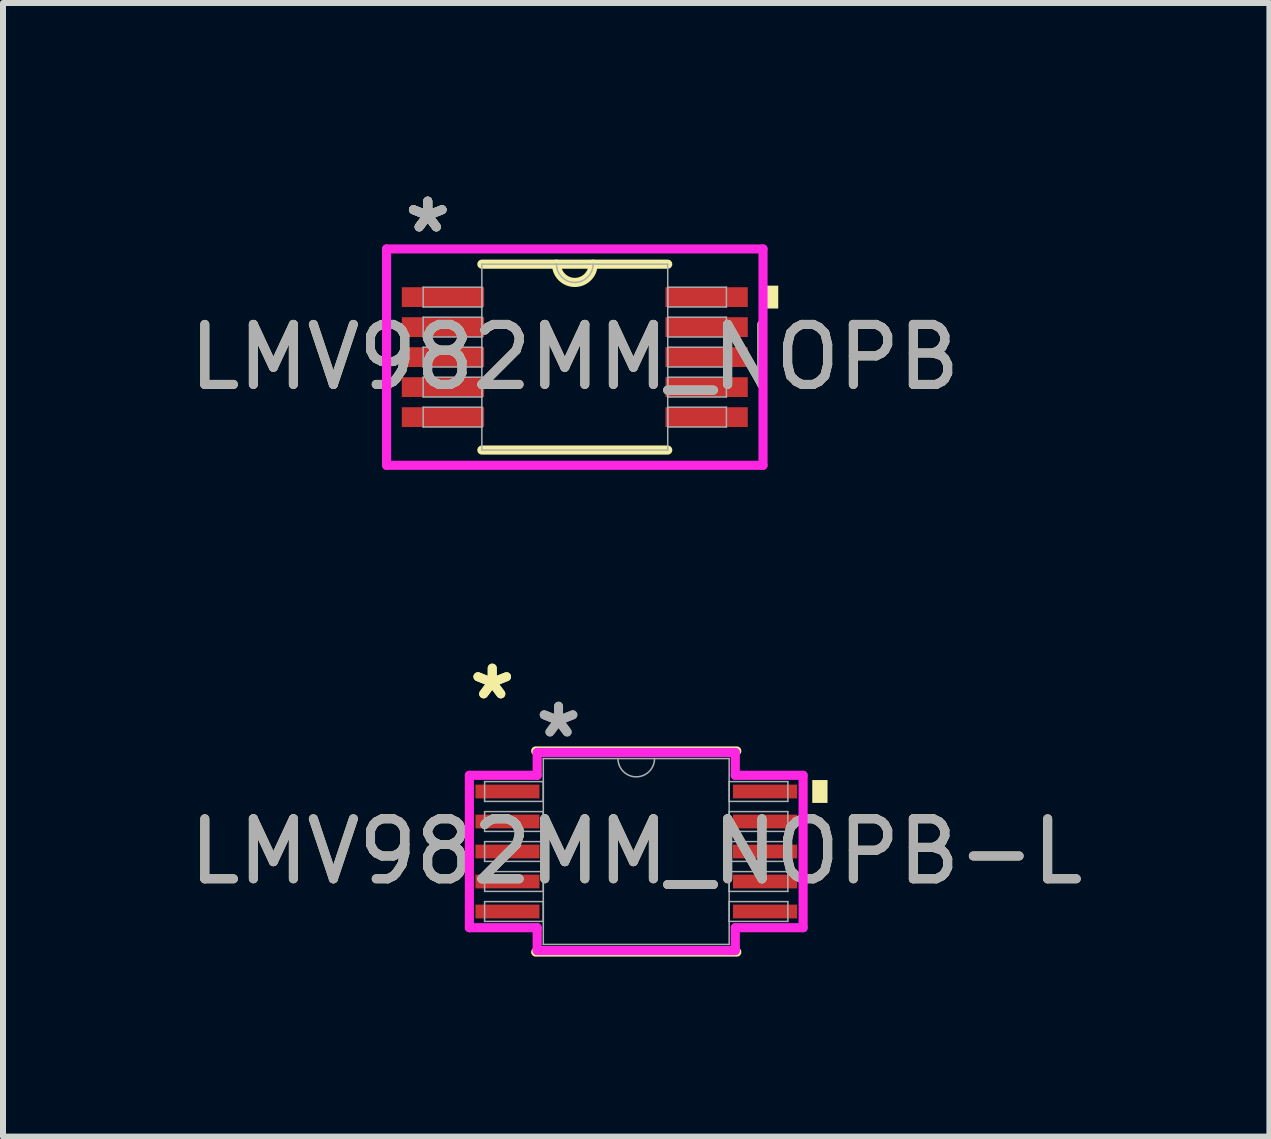
<source format=kicad_pcb>
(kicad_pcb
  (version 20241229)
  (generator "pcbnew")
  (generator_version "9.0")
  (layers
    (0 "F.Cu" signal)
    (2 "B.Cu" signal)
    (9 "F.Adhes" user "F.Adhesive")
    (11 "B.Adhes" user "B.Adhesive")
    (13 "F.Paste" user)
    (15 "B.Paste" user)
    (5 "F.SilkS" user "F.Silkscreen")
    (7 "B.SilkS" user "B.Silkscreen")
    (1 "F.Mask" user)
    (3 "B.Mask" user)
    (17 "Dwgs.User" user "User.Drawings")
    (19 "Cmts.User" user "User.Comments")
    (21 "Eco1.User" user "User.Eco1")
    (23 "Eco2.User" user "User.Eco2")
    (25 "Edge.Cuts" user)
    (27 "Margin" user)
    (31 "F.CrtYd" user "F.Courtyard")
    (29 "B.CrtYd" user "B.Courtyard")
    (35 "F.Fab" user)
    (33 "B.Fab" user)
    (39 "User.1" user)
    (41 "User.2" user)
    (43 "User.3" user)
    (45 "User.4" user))
  (footprint "LMV982MM_NOPB-L"
    (layer "F.Cu")
    (at 7.554 11.142)
    (property "Reference" "LMV982MM_NOPB-L" (at 0 0 0) (unlocked yes) (layer "F.SilkS") (effects (font (size 1 1) (thickness 0.15))))
    (attr smd)
    (fp_line (start -1.676 1.676) (end 1.676 1.676) (stroke (width 0.152) (type solid)) (layer "F.SilkS"))
    (fp_line (start 1.676 -1.676) (end -1.676 -1.676) (stroke (width 0.152) (type solid)) (layer "F.SilkS"))
    (fp_poly (pts (xy 3.188 -1.191) (xy 3.188 -0.81) (xy 2.934 -0.81) (xy 2.934 -1.191)) (stroke (width 0) (type solid)) (fill yes) (layer "F.SilkS"))
    (fp_line (start -2.781 -1.27) (end -1.651 -1.27) (stroke (width 0.152) (type solid)) (layer "F.CrtYd"))
    (fp_line (start -2.781 1.27) (end -2.781 -1.27) (stroke (width 0.152) (type solid)) (layer "F.CrtYd"))
    (fp_line (start -2.781 1.27) (end -1.651 1.27) (stroke (width 0.152) (type solid)) (layer "F.CrtYd"))
    (fp_line (start -1.651 -1.651) (end 1.651 -1.651) (stroke (width 0.152) (type solid)) (layer "F.CrtYd"))
    (fp_line (start -1.651 -1.27) (end -1.651 -1.651) (stroke (width 0.152) (type solid)) (layer "F.CrtYd"))
    (fp_line (start -1.651 1.651) (end -1.651 1.27) (stroke (width 0.152) (type solid)) (layer "F.CrtYd"))
    (fp_line (start 1.651 -1.651) (end 1.651 -1.27) (stroke (width 0.152) (type solid)) (layer "F.CrtYd"))
    (fp_line (start 1.651 1.27) (end 1.651 1.651) (stroke (width 0.152) (type solid)) (layer "F.CrtYd"))
    (fp_line (start 1.651 1.651) (end -1.651 1.651) (stroke (width 0.152) (type solid)) (layer "F.CrtYd"))
    (fp_line (start 2.781 -1.27) (end 1.651 -1.27) (stroke (width 0.152) (type solid)) (layer "F.CrtYd"))
    (fp_line (start 2.781 -1.27) (end 2.781 1.27) (stroke (width 0.152) (type solid)) (layer "F.CrtYd"))
    (fp_line (start 2.781 1.27) (end 1.651 1.27) (stroke (width 0.152) (type solid)) (layer "F.CrtYd"))
    (fp_line (start -2.527 -1.165) (end -2.527 -0.835) (stroke (width 0.025) (type solid)) (layer "F.Fab"))
    (fp_line (start -2.527 -0.835) (end -1.549 -0.835) (stroke (width 0.025) (type solid)) (layer "F.Fab"))
    (fp_line (start -2.527 -0.665) (end -2.527 -0.335) (stroke (width 0.025) (type solid)) (layer "F.Fab"))
    (fp_line (start -2.527 -0.335) (end -1.549 -0.335) (stroke (width 0.025) (type solid)) (layer "F.Fab"))
    (fp_line (start -2.527 -0.165) (end -2.527 0.165) (stroke (width 0.025) (type solid)) (layer "F.Fab"))
    (fp_line (start -2.527 0.165) (end -1.549 0.165) (stroke (width 0.025) (type solid)) (layer "F.Fab"))
    (fp_line (start -2.527 0.335) (end -2.527 0.665) (stroke (width 0.025) (type solid)) (layer "F.Fab"))
    (fp_line (start -2.527 0.665) (end -1.549 0.665) (stroke (width 0.025) (type solid)) (layer "F.Fab"))
    (fp_line (start -2.527 0.835) (end -2.527 1.165) (stroke (width 0.025) (type solid)) (layer "F.Fab"))
    (fp_line (start -2.527 1.165) (end -1.549 1.165) (stroke (width 0.025) (type solid)) (layer "F.Fab"))
    (fp_line (start -1.549 -1.549) (end -1.549 1.549) (stroke (width 0.025) (type solid)) (layer "F.Fab"))
    (fp_line (start -1.549 -1.165) (end -2.527 -1.165) (stroke (width 0.025) (type solid)) (layer "F.Fab"))
    (fp_line (start -1.549 -0.835) (end -1.549 -1.165) (stroke (width 0.025) (type solid)) (layer "F.Fab"))
    (fp_line (start -1.549 -0.665) (end -2.527 -0.665) (stroke (width 0.025) (type solid)) (layer "F.Fab"))
    (fp_line (start -1.549 -0.335) (end -1.549 -0.665) (stroke (width 0.025) (type solid)) (layer "F.Fab"))
    (fp_line (start -1.549 -0.165) (end -2.527 -0.165) (stroke (width 0.025) (type solid)) (layer "F.Fab"))
    (fp_line (start -1.549 0.165) (end -1.549 -0.165) (stroke (width 0.025) (type solid)) (layer "F.Fab"))
    (fp_line (start -1.549 0.335) (end -2.527 0.335) (stroke (width 0.025) (type solid)) (layer "F.Fab"))
    (fp_line (start -1.549 0.665) (end -1.549 0.335) (stroke (width 0.025) (type solid)) (layer "F.Fab"))
    (fp_line (start -1.549 0.835) (end -2.527 0.835) (stroke (width 0.025) (type solid)) (layer "F.Fab"))
    (fp_line (start -1.549 1.165) (end -1.549 0.835) (stroke (width 0.025) (type solid)) (layer "F.Fab"))
    (fp_line (start -1.549 1.549) (end 1.549 1.549) (stroke (width 0.025) (type solid)) (layer "F.Fab"))
    (fp_line (start 1.549 -1.549) (end -1.549 -1.549) (stroke (width 0.025) (type solid)) (layer "F.Fab"))
    (fp_line (start 1.549 -1.165) (end 1.549 -0.835) (stroke (width 0.025) (type solid)) (layer "F.Fab"))
    (fp_line (start 1.549 -0.835) (end 2.527 -0.835) (stroke (width 0.025) (type solid)) (layer "F.Fab"))
    (fp_line (start 1.549 -0.665) (end 1.549 -0.335) (stroke (width 0.025) (type solid)) (layer "F.Fab"))
    (fp_line (start 1.549 -0.335) (end 2.527 -0.335) (stroke (width 0.025) (type solid)) (layer "F.Fab"))
    (fp_line (start 1.549 -0.165) (end 1.549 0.165) (stroke (width 0.025) (type solid)) (layer "F.Fab"))
    (fp_line (start 1.549 0.165) (end 2.527 0.165) (stroke (width 0.025) (type solid)) (layer "F.Fab"))
    (fp_line (start 1.549 0.335) (end 1.549 0.665) (stroke (width 0.025) (type solid)) (layer "F.Fab"))
    (fp_line (start 1.549 0.665) (end 2.527 0.665) (stroke (width 0.025) (type solid)) (layer "F.Fab"))
    (fp_line (start 1.549 0.835) (end 1.549 1.165) (stroke (width 0.025) (type solid)) (layer "F.Fab"))
    (fp_line (start 1.549 1.165) (end 2.527 1.165) (stroke (width 0.025) (type solid)) (layer "F.Fab"))
    (fp_line (start 1.549 1.549) (end 1.549 -1.549) (stroke (width 0.025) (type solid)) (layer "F.Fab"))
    (fp_line (start 2.527 -1.165) (end 1.549 -1.165) (stroke (width 0.025) (type solid)) (layer "F.Fab"))
    (fp_line (start 2.527 -0.835) (end 2.527 -1.165) (stroke (width 0.025) (type solid)) (layer "F.Fab"))
    (fp_line (start 2.527 -0.665) (end 1.549 -0.665) (stroke (width 0.025) (type solid)) (layer "F.Fab"))
    (fp_line (start 2.527 -0.335) (end 2.527 -0.665) (stroke (width 0.025) (type solid)) (layer "F.Fab"))
    (fp_line (start 2.527 -0.165) (end 1.549 -0.165) (stroke (width 0.025) (type solid)) (layer "F.Fab"))
    (fp_line (start 2.527 0.165) (end 2.527 -0.165) (stroke (width 0.025) (type solid)) (layer "F.Fab"))
    (fp_line (start 2.527 0.335) (end 1.549 0.335) (stroke (width 0.025) (type solid)) (layer "F.Fab"))
    (fp_line (start 2.527 0.665) (end 2.527 0.335) (stroke (width 0.025) (type solid)) (layer "F.Fab"))
    (fp_line (start 2.527 0.835) (end 1.549 0.835) (stroke (width 0.025) (type solid)) (layer "F.Fab"))
    (fp_line (start 2.527 1.165) (end 2.527 0.835) (stroke (width 0.025) (type solid)) (layer "F.Fab"))
    (fp_arc (start 0.3048 -1.5494) (mid 0 -1.2446) (end -0.3048 -1.5494) (stroke (width 0.0254) (type solid)) (layer "F.Fab"))
    (fp_text user "*" (at -2.4 -2.511 0) (layer "F.SilkS") (effects (font (size 1 1) (thickness 0.15))))
    (fp_text user "*" (at -2.4 -2.511 0) (unlocked yes) (layer "F.SilkS") (effects (font (size 1 1) (thickness 0.15))))
    (fp_text user "*" (at -1.295 -1.876 0) (layer "F.Fab") (effects (font (size 1 1) (thickness 0.15))))
    (fp_text user "*" (at -1.295 -1.876 0) (unlocked yes) (layer "F.Fab") (effects (font (size 1 1) (thickness 0.15))))
    (fp_text user "${REFERENCE}" (at 0 0 0) (unlocked yes) (layer "F.Fab") (effects (font (size 1 1) (thickness 0.15))))
    (pad "1" smd rect (at -2.146 -1) (size 1.067 0.229) (layers "F.Cu" "F.Mask" "F.Paste"))
    (pad "2" smd rect (at -2.146 -0.5) (size 1.067 0.229) (layers "F.Cu" "F.Mask" "F.Paste"))
    (pad "3" smd rect (at -2.146 0) (size 1.067 0.229) (layers "F.Cu" "F.Mask" "F.Paste"))
    (pad "4" smd rect (at -2.146 0.5) (size 1.067 0.229) (layers "F.Cu" "F.Mask" "F.Paste"))
    (pad "5" smd rect (at -2.146 1) (size 1.067 0.229) (layers "F.Cu" "F.Mask" "F.Paste"))
    (pad "6" smd rect (at 2.146 1) (size 1.067 0.229) (layers "F.Cu" "F.Mask" "F.Paste"))
    (pad "7" smd rect (at 2.146 0.5) (size 1.067 0.229) (layers "F.Cu" "F.Mask" "F.Paste"))
    (pad "8" smd rect (at 2.146 0) (size 1.067 0.229) (layers "F.Cu" "F.Mask" "F.Paste"))
    (pad "9" smd rect (at 2.146 -0.5) (size 1.067 0.229) (layers "F.Cu" "F.Mask" "F.Paste"))
    (pad "10" smd rect (at 2.146 -1) (size 1.067 0.229) (layers "F.Cu" "F.Mask" "F.Paste")))
  (footprint "LMV982MM_NOPB"
    (layer "F.Cu")
    (at 6.53 2.902)
    (property "Reference" "LMV982MM_NOPB" (at 0 0 0) (unlocked yes) (layer "F.SilkS") (effects (font (size 1 1) (thickness 0.15))))
    (attr smd)
    (fp_line (start -1.549 1.549) (end 1.549 1.549) (stroke (width 0.152) (type solid)) (layer "F.SilkS"))
    (fp_line (start 1.549 -1.549) (end -1.549 -1.549) (stroke (width 0.152) (type solid)) (layer "F.SilkS"))
    (fp_arc (start 0.3048 -1.5494) (mid 0 -1.2446) (end -0.3048 -1.5494) (stroke (width 0.1524) (type solid)) (layer "F.SilkS"))
    (fp_poly (pts (xy 3.391 -1.191) (xy 3.391 -0.81) (xy 3.137 -0.81) (xy 3.137 -1.191)) (stroke (width 0) (type solid)) (fill yes) (layer "F.SilkS"))
    (fp_line (start -3.137 -1.803) (end 3.137 -1.803) (stroke (width 0.152) (type solid)) (layer "F.CrtYd"))
    (fp_line (start -3.137 1.803) (end -3.137 -1.803) (stroke (width 0.152) (type solid)) (layer "F.CrtYd"))
    (fp_line (start 3.137 -1.803) (end 3.137 1.803) (stroke (width 0.152) (type solid)) (layer "F.CrtYd"))
    (fp_line (start 3.137 1.803) (end -3.137 1.803) (stroke (width 0.152) (type solid)) (layer "F.CrtYd"))
    (fp_line (start -2.527 -1.165) (end -2.527 -0.835) (stroke (width 0.025) (type solid)) (layer "F.Fab"))
    (fp_line (start -2.527 -0.835) (end -1.549 -0.835) (stroke (width 0.025) (type solid)) (layer "F.Fab"))
    (fp_line (start -2.527 -0.665) (end -2.527 -0.335) (stroke (width 0.025) (type solid)) (layer "F.Fab"))
    (fp_line (start -2.527 -0.335) (end -1.549 -0.335) (stroke (width 0.025) (type solid)) (layer "F.Fab"))
    (fp_line (start -2.527 -0.165) (end -2.527 0.165) (stroke (width 0.025) (type solid)) (layer "F.Fab"))
    (fp_line (start -2.527 0.165) (end -1.549 0.165) (stroke (width 0.025) (type solid)) (layer "F.Fab"))
    (fp_line (start -2.527 0.335) (end -2.527 0.665) (stroke (width 0.025) (type solid)) (layer "F.Fab"))
    (fp_line (start -2.527 0.665) (end -1.549 0.665) (stroke (width 0.025) (type solid)) (layer "F.Fab"))
    (fp_line (start -2.527 0.835) (end -2.527 1.165) (stroke (width 0.025) (type solid)) (layer "F.Fab"))
    (fp_line (start -2.527 1.165) (end -1.549 1.165) (stroke (width 0.025) (type solid)) (layer "F.Fab"))
    (fp_line (start -1.549 -1.549) (end -1.549 1.549) (stroke (width 0.025) (type solid)) (layer "F.Fab"))
    (fp_line (start -1.549 -1.165) (end -2.527 -1.165) (stroke (width 0.025) (type solid)) (layer "F.Fab"))
    (fp_line (start -1.549 -0.835) (end -1.549 -1.165) (stroke (width 0.025) (type solid)) (layer "F.Fab"))
    (fp_line (start -1.549 -0.665) (end -2.527 -0.665) (stroke (width 0.025) (type solid)) (layer "F.Fab"))
    (fp_line (start -1.549 -0.335) (end -1.549 -0.665) (stroke (width 0.025) (type solid)) (layer "F.Fab"))
    (fp_line (start -1.549 -0.165) (end -2.527 -0.165) (stroke (width 0.025) (type solid)) (layer "F.Fab"))
    (fp_line (start -1.549 0.165) (end -1.549 -0.165) (stroke (width 0.025) (type solid)) (layer "F.Fab"))
    (fp_line (start -1.549 0.335) (end -2.527 0.335) (stroke (width 0.025) (type solid)) (layer "F.Fab"))
    (fp_line (start -1.549 0.665) (end -1.549 0.335) (stroke (width 0.025) (type solid)) (layer "F.Fab"))
    (fp_line (start -1.549 0.835) (end -2.527 0.835) (stroke (width 0.025) (type solid)) (layer "F.Fab"))
    (fp_line (start -1.549 1.165) (end -1.549 0.835) (stroke (width 0.025) (type solid)) (layer "F.Fab"))
    (fp_line (start -1.549 1.549) (end 1.549 1.549) (stroke (width 0.025) (type solid)) (layer "F.Fab"))
    (fp_line (start 1.549 -1.549) (end -1.549 -1.549) (stroke (width 0.025) (type solid)) (layer "F.Fab"))
    (fp_line (start 1.549 -1.165) (end 1.549 -0.835) (stroke (width 0.025) (type solid)) (layer "F.Fab"))
    (fp_line (start 1.549 -0.835) (end 2.527 -0.835) (stroke (width 0.025) (type solid)) (layer "F.Fab"))
    (fp_line (start 1.549 -0.665) (end 1.549 -0.335) (stroke (width 0.025) (type solid)) (layer "F.Fab"))
    (fp_line (start 1.549 -0.335) (end 2.527 -0.335) (stroke (width 0.025) (type solid)) (layer "F.Fab"))
    (fp_line (start 1.549 -0.165) (end 1.549 0.165) (stroke (width 0.025) (type solid)) (layer "F.Fab"))
    (fp_line (start 1.549 0.165) (end 2.527 0.165) (stroke (width 0.025) (type solid)) (layer "F.Fab"))
    (fp_line (start 1.549 0.335) (end 1.549 0.665) (stroke (width 0.025) (type solid)) (layer "F.Fab"))
    (fp_line (start 1.549 0.665) (end 2.527 0.665) (stroke (width 0.025) (type solid)) (layer "F.Fab"))
    (fp_line (start 1.549 0.835) (end 1.549 1.165) (stroke (width 0.025) (type solid)) (layer "F.Fab"))
    (fp_line (start 1.549 1.165) (end 2.527 1.165) (stroke (width 0.025) (type solid)) (layer "F.Fab"))
    (fp_line (start 1.549 1.549) (end 1.549 -1.549) (stroke (width 0.025) (type solid)) (layer "F.Fab"))
    (fp_line (start 2.527 -1.165) (end 1.549 -1.165) (stroke (width 0.025) (type solid)) (layer "F.Fab"))
    (fp_line (start 2.527 -0.835) (end 2.527 -1.165) (stroke (width 0.025) (type solid)) (layer "F.Fab"))
    (fp_line (start 2.527 -0.665) (end 1.549 -0.665) (stroke (width 0.025) (type solid)) (layer "F.Fab"))
    (fp_line (start 2.527 -0.335) (end 2.527 -0.665) (stroke (width 0.025) (type solid)) (layer "F.Fab"))
    (fp_line (start 2.527 -0.165) (end 1.549 -0.165) (stroke (width 0.025) (type solid)) (layer "F.Fab"))
    (fp_line (start 2.527 0.165) (end 2.527 -0.165) (stroke (width 0.025) (type solid)) (layer "F.Fab"))
    (fp_line (start 2.527 0.335) (end 1.549 0.335) (stroke (width 0.025) (type solid)) (layer "F.Fab"))
    (fp_line (start 2.527 0.665) (end 2.527 0.335) (stroke (width 0.025) (type solid)) (layer "F.Fab"))
    (fp_line (start 2.527 0.835) (end 1.549 0.835) (stroke (width 0.025) (type solid)) (layer "F.Fab"))
    (fp_line (start 2.527 1.165) (end 2.527 0.835) (stroke (width 0.025) (type solid)) (layer "F.Fab"))
    (fp_arc (start 0.3048 -1.5494) (mid 0 -1.2446) (end -0.3048 -1.5494) (stroke (width 0.0254) (type solid)) (layer "F.Fab"))
    (fp_text user "*" (at -2.451 -2.054 0) (layer "F.SilkS") (effects (font (size 1 1) (thickness 0.15))))
    (fp_text user "*" (at -2.451 -2.054 0) (unlocked yes) (layer "F.SilkS") (effects (font (size 1 1) (thickness 0.15))))
    (fp_text user "*" (at -2.451 -2.054 0) (layer "F.Fab") (effects (font (size 1 1) (thickness 0.15))))
    (fp_text user "*" (at -2.451 -2.054 0) (unlocked yes) (layer "F.Fab") (effects (font (size 1 1) (thickness 0.15))))
    (fp_text user "${REFERENCE}" (at 0 0 0) (unlocked yes) (layer "F.Fab") (effects (font (size 1 1) (thickness 0.15))))
    (pad "1" smd rect (at -2.197 -1) (size 1.372 0.33) (layers "F.Cu" "F.Mask" "F.Paste"))
    (pad "2" smd rect (at -2.197 -0.5) (size 1.372 0.33) (layers "F.Cu" "F.Mask" "F.Paste"))
    (pad "3" smd rect (at -2.197 0) (size 1.372 0.33) (layers "F.Cu" "F.Mask" "F.Paste"))
    (pad "4" smd rect (at -2.197 0.5) (size 1.372 0.33) (layers "F.Cu" "F.Mask" "F.Paste"))
    (pad "5" smd rect (at -2.197 1) (size 1.372 0.33) (layers "F.Cu" "F.Mask" "F.Paste"))
    (pad "6" smd rect (at 2.197 1) (size 1.372 0.33) (layers "F.Cu" "F.Mask" "F.Paste"))
    (pad "7" smd rect (at 2.197 0.5) (size 1.372 0.33) (layers "F.Cu" "F.Mask" "F.Paste"))
    (pad "8" smd rect (at 2.197 0) (size 1.372 0.33) (layers "F.Cu" "F.Mask" "F.Paste"))
    (pad "9" smd rect (at 2.197 -0.5) (size 1.372 0.33) (layers "F.Cu" "F.Mask" "F.Paste"))
    (pad "10" smd rect (at 2.197 -1) (size 1.372 0.33) (layers "F.Cu" "F.Mask" "F.Paste")))
  (gr_rect
    (start -3 -3)
    (end 18.107 15.894)
    (stroke (width 0.1) (type default))
    (fill no)
    (layer "Edge.Cuts")))
</source>
